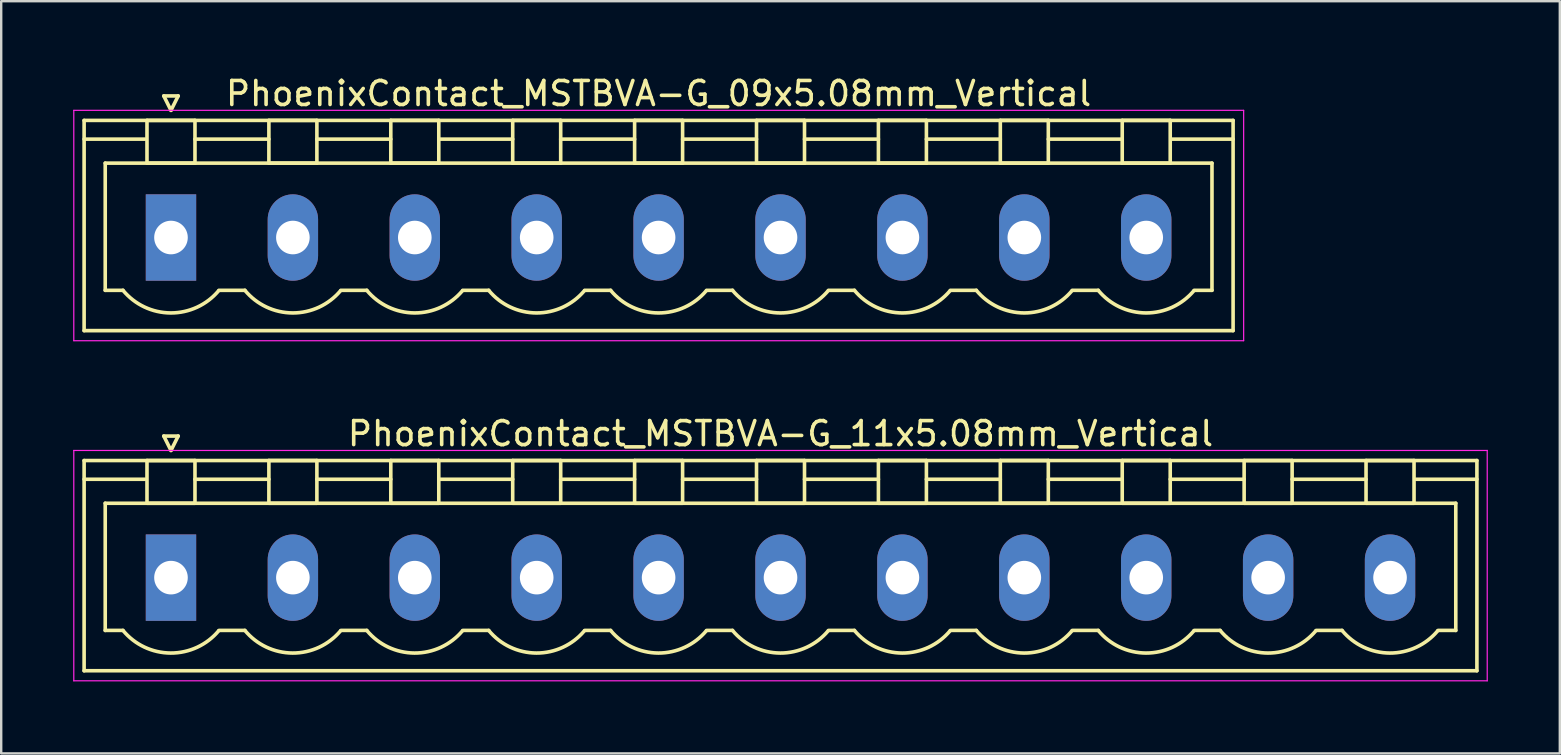
<source format=kicad_pcb>
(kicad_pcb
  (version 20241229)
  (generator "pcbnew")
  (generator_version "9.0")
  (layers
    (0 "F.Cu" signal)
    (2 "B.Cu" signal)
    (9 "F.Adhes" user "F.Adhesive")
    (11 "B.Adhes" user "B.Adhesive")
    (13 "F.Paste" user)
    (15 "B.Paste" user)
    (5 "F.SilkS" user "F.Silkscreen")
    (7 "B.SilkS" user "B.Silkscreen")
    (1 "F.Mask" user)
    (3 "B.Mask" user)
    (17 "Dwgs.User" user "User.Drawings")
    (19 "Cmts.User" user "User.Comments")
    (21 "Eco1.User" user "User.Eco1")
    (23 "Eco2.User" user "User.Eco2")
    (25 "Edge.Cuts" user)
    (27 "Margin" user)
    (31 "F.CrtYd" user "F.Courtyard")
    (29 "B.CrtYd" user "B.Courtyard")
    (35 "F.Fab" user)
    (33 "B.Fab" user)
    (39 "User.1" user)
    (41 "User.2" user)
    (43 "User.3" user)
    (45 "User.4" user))
  (footprint "PhoenixContact_MSTBVA-G_11x5.08mm_Vertical"
    (layer "F.Cu")
    (at 4.075 21.021)
    (property "Reference" "PhoenixContact_MSTBVA-G_11x5.08mm_Vertical" (at 25.4 -6 0) (layer "F.SilkS") (effects (font (size 1 1) (thickness 0.15))))
    (attr through_hole)
    (fp_line (start -3.62 -4.88) (end -3.62 3.88) (stroke (width 0.15) (type solid)) (layer "F.SilkS"))
    (fp_line (start -3.62 -4.1) (end -1.08 -4.1) (stroke (width 0.15) (type solid)) (layer "F.SilkS"))
    (fp_line (start -3.62 3.88) (end 54.42 3.88) (stroke (width 0.15) (type solid)) (layer "F.SilkS"))
    (fp_line (start -2.74 -3.1) (end 53.54 -3.1) (stroke (width 0.15) (type solid)) (layer "F.SilkS"))
    (fp_line (start -2.74 2.2) (end -2.74 -3.1) (stroke (width 0.15) (type solid)) (layer "F.SilkS"))
    (fp_line (start -2 2.2) (end -2.74 2.2) (stroke (width 0.15) (type solid)) (layer "F.SilkS"))
    (fp_line (start -1 -4.88) (end 1 -4.88) (stroke (width 0.15) (type solid)) (layer "F.SilkS"))
    (fp_line (start -1 -3.1) (end -1 -4.88) (stroke (width 0.15) (type solid)) (layer "F.SilkS"))
    (fp_line (start -0.3 -5.9) (end 0 -5.3) (stroke (width 0.15) (type solid)) (layer "F.SilkS"))
    (fp_line (start 0 -5.3) (end 0.3 -5.9) (stroke (width 0.15) (type solid)) (layer "F.SilkS"))
    (fp_line (start 0.3 -5.9) (end -0.3 -5.9) (stroke (width 0.15) (type solid)) (layer "F.SilkS"))
    (fp_line (start 1 -4.88) (end 1 -3.1) (stroke (width 0.15) (type solid)) (layer "F.SilkS"))
    (fp_line (start 1 -4.1) (end 4.08 -4.1) (stroke (width 0.15) (type solid)) (layer "F.SilkS"))
    (fp_line (start 1 -3.1) (end -1 -3.1) (stroke (width 0.15) (type solid)) (layer "F.SilkS"))
    (fp_line (start 2 2.2) (end 3.08 2.2) (stroke (width 0.15) (type solid)) (layer "F.SilkS"))
    (fp_line (start 4.08 -4.88) (end 6.08 -4.88) (stroke (width 0.15) (type solid)) (layer "F.SilkS"))
    (fp_line (start 4.08 -3.1) (end 4.08 -4.88) (stroke (width 0.15) (type solid)) (layer "F.SilkS"))
    (fp_line (start 6.08 -4.88) (end 6.08 -3.1) (stroke (width 0.15) (type solid)) (layer "F.SilkS"))
    (fp_line (start 6.08 -4.1) (end 9.16 -4.1) (stroke (width 0.15) (type solid)) (layer "F.SilkS"))
    (fp_line (start 6.08 -3.1) (end 4.08 -3.1) (stroke (width 0.15) (type solid)) (layer "F.SilkS"))
    (fp_line (start 7.08 2.2) (end 8.16 2.2) (stroke (width 0.15) (type solid)) (layer "F.SilkS"))
    (fp_line (start 9.16 -4.88) (end 11.16 -4.88) (stroke (width 0.15) (type solid)) (layer "F.SilkS"))
    (fp_line (start 9.16 -3.1) (end 9.16 -4.88) (stroke (width 0.15) (type solid)) (layer "F.SilkS"))
    (fp_line (start 11.16 -4.88) (end 11.16 -3.1) (stroke (width 0.15) (type solid)) (layer "F.SilkS"))
    (fp_line (start 11.16 -4.1) (end 14.24 -4.1) (stroke (width 0.15) (type solid)) (layer "F.SilkS"))
    (fp_line (start 11.16 -3.1) (end 9.16 -3.1) (stroke (width 0.15) (type solid)) (layer "F.SilkS"))
    (fp_line (start 12.16 2.2) (end 13.24 2.2) (stroke (width 0.15) (type solid)) (layer "F.SilkS"))
    (fp_line (start 14.24 -4.88) (end 16.24 -4.88) (stroke (width 0.15) (type solid)) (layer "F.SilkS"))
    (fp_line (start 14.24 -3.1) (end 14.24 -4.88) (stroke (width 0.15) (type solid)) (layer "F.SilkS"))
    (fp_line (start 16.24 -4.88) (end 16.24 -3.1) (stroke (width 0.15) (type solid)) (layer "F.SilkS"))
    (fp_line (start 16.24 -4.1) (end 19.32 -4.1) (stroke (width 0.15) (type solid)) (layer "F.SilkS"))
    (fp_line (start 16.24 -3.1) (end 14.24 -3.1) (stroke (width 0.15) (type solid)) (layer "F.SilkS"))
    (fp_line (start 17.24 2.2) (end 18.32 2.2) (stroke (width 0.15) (type solid)) (layer "F.SilkS"))
    (fp_line (start 19.32 -4.88) (end 21.32 -4.88) (stroke (width 0.15) (type solid)) (layer "F.SilkS"))
    (fp_line (start 19.32 -3.1) (end 19.32 -4.88) (stroke (width 0.15) (type solid)) (layer "F.SilkS"))
    (fp_line (start 21.32 -4.88) (end 21.32 -3.1) (stroke (width 0.15) (type solid)) (layer "F.SilkS"))
    (fp_line (start 21.32 -4.1) (end 24.4 -4.1) (stroke (width 0.15) (type solid)) (layer "F.SilkS"))
    (fp_line (start 21.32 -3.1) (end 19.32 -3.1) (stroke (width 0.15) (type solid)) (layer "F.SilkS"))
    (fp_line (start 22.32 2.2) (end 23.4 2.2) (stroke (width 0.15) (type solid)) (layer "F.SilkS"))
    (fp_line (start 24.4 -4.88) (end 26.4 -4.88) (stroke (width 0.15) (type solid)) (layer "F.SilkS"))
    (fp_line (start 24.4 -3.1) (end 24.4 -4.88) (stroke (width 0.15) (type solid)) (layer "F.SilkS"))
    (fp_line (start 26.4 -4.88) (end 26.4 -3.1) (stroke (width 0.15) (type solid)) (layer "F.SilkS"))
    (fp_line (start 26.4 -4.1) (end 29.48 -4.1) (stroke (width 0.15) (type solid)) (layer "F.SilkS"))
    (fp_line (start 26.4 -3.1) (end 24.4 -3.1) (stroke (width 0.15) (type solid)) (layer "F.SilkS"))
    (fp_line (start 27.4 2.2) (end 28.48 2.2) (stroke (width 0.15) (type solid)) (layer "F.SilkS"))
    (fp_line (start 29.48 -4.88) (end 31.48 -4.88) (stroke (width 0.15) (type solid)) (layer "F.SilkS"))
    (fp_line (start 29.48 -3.1) (end 29.48 -4.88) (stroke (width 0.15) (type solid)) (layer "F.SilkS"))
    (fp_line (start 31.48 -4.88) (end 31.48 -3.1) (stroke (width 0.15) (type solid)) (layer "F.SilkS"))
    (fp_line (start 31.48 -4.1) (end 34.56 -4.1) (stroke (width 0.15) (type solid)) (layer "F.SilkS"))
    (fp_line (start 31.48 -3.1) (end 29.48 -3.1) (stroke (width 0.15) (type solid)) (layer "F.SilkS"))
    (fp_line (start 32.48 2.2) (end 33.56 2.2) (stroke (width 0.15) (type solid)) (layer "F.SilkS"))
    (fp_line (start 34.56 -4.88) (end 36.56 -4.88) (stroke (width 0.15) (type solid)) (layer "F.SilkS"))
    (fp_line (start 34.56 -3.1) (end 34.56 -4.88) (stroke (width 0.15) (type solid)) (layer "F.SilkS"))
    (fp_line (start 36.56 -4.88) (end 36.56 -3.1) (stroke (width 0.15) (type solid)) (layer "F.SilkS"))
    (fp_line (start 36.56 -4.1) (end 39.64 -4.1) (stroke (width 0.15) (type solid)) (layer "F.SilkS"))
    (fp_line (start 36.56 -3.1) (end 34.56 -3.1) (stroke (width 0.15) (type solid)) (layer "F.SilkS"))
    (fp_line (start 37.56 2.2) (end 38.64 2.2) (stroke (width 0.15) (type solid)) (layer "F.SilkS"))
    (fp_line (start 39.64 -4.88) (end 41.64 -4.88) (stroke (width 0.15) (type solid)) (layer "F.SilkS"))
    (fp_line (start 39.64 -3.1) (end 39.64 -4.88) (stroke (width 0.15) (type solid)) (layer "F.SilkS"))
    (fp_line (start 41.64 -4.88) (end 41.64 -3.1) (stroke (width 0.15) (type solid)) (layer "F.SilkS"))
    (fp_line (start 41.64 -4.1) (end 44.72 -4.1) (stroke (width 0.15) (type solid)) (layer "F.SilkS"))
    (fp_line (start 41.64 -3.1) (end 39.64 -3.1) (stroke (width 0.15) (type solid)) (layer "F.SilkS"))
    (fp_line (start 42.64 2.2) (end 43.72 2.2) (stroke (width 0.15) (type solid)) (layer "F.SilkS"))
    (fp_line (start 44.72 -4.88) (end 46.72 -4.88) (stroke (width 0.15) (type solid)) (layer "F.SilkS"))
    (fp_line (start 44.72 -3.1) (end 44.72 -4.88) (stroke (width 0.15) (type solid)) (layer "F.SilkS"))
    (fp_line (start 46.72 -4.88) (end 46.72 -3.1) (stroke (width 0.15) (type solid)) (layer "F.SilkS"))
    (fp_line (start 46.72 -4.1) (end 49.8 -4.1) (stroke (width 0.15) (type solid)) (layer "F.SilkS"))
    (fp_line (start 46.72 -3.1) (end 44.72 -3.1) (stroke (width 0.15) (type solid)) (layer "F.SilkS"))
    (fp_line (start 47.72 2.2) (end 48.8 2.2) (stroke (width 0.15) (type solid)) (layer "F.SilkS"))
    (fp_line (start 49.8 -4.88) (end 51.8 -4.88) (stroke (width 0.15) (type solid)) (layer "F.SilkS"))
    (fp_line (start 49.8 -3.1) (end 49.8 -4.88) (stroke (width 0.15) (type solid)) (layer "F.SilkS"))
    (fp_line (start 51.8 -4.88) (end 51.8 -3.1) (stroke (width 0.15) (type solid)) (layer "F.SilkS"))
    (fp_line (start 51.8 -3.1) (end 49.8 -3.1) (stroke (width 0.15) (type solid)) (layer "F.SilkS"))
    (fp_line (start 53.54 -3.1) (end 53.54 2.2) (stroke (width 0.15) (type solid)) (layer "F.SilkS"))
    (fp_line (start 53.54 2.2) (end 52.8 2.2) (stroke (width 0.15) (type solid)) (layer "F.SilkS"))
    (fp_line (start 54.42 -4.88) (end -3.62 -4.88) (stroke (width 0.15) (type solid)) (layer "F.SilkS"))
    (fp_line (start 54.42 -4.1) (end 51.88 -4.1) (stroke (width 0.15) (type solid)) (layer "F.SilkS"))
    (fp_line (start 54.42 3.88) (end 54.42 -4.88) (stroke (width 0.15) (type solid)) (layer "F.SilkS"))
    (fp_arc (start 1.986842 2.215821) (mid -0.010289 3.142758) (end -2 2.2) (stroke (width 0.15) (type solid)) (layer "F.SilkS"))
    (fp_arc (start 7.066842 2.215821) (mid 5.069711 3.142758) (end 3.08 2.2) (stroke (width 0.15) (type solid)) (layer "F.SilkS"))
    (fp_arc (start 12.146842 2.215821) (mid 10.149711 3.142758) (end 8.16 2.2) (stroke (width 0.15) (type solid)) (layer "F.SilkS"))
    (fp_arc (start 17.226842 2.215821) (mid 15.229711 3.142758) (end 13.24 2.2) (stroke (width 0.15) (type solid)) (layer "F.SilkS"))
    (fp_arc (start 22.306842 2.215821) (mid 20.309711 3.142758) (end 18.32 2.2) (stroke (width 0.15) (type solid)) (layer "F.SilkS"))
    (fp_arc (start 27.386842 2.215821) (mid 25.389711 3.142758) (end 23.4 2.2) (stroke (width 0.15) (type solid)) (layer "F.SilkS"))
    (fp_arc (start 32.466842 2.215821) (mid 30.469711 3.142758) (end 28.48 2.2) (stroke (width 0.15) (type solid)) (layer "F.SilkS"))
    (fp_arc (start 37.546842 2.215821) (mid 35.549711 3.142758) (end 33.56 2.2) (stroke (width 0.15) (type solid)) (layer "F.SilkS"))
    (fp_arc (start 42.626842 2.215821) (mid 40.629711 3.142758) (end 38.64 2.2) (stroke (width 0.15) (type solid)) (layer "F.SilkS"))
    (fp_arc (start 47.706842 2.215821) (mid 45.709711 3.142758) (end 43.72 2.2) (stroke (width 0.15) (type solid)) (layer "F.SilkS"))
    (fp_arc (start 52.786842 2.215821) (mid 50.789711 3.142758) (end 48.8 2.2) (stroke (width 0.15) (type solid)) (layer "F.SilkS"))
    (fp_line (start -4.05 -5.3) (end -4.05 4.3) (stroke (width 0.05) (type solid)) (layer "F.CrtYd"))
    (fp_line (start -4.05 4.3) (end 54.85 4.3) (stroke (width 0.05) (type solid)) (layer "F.CrtYd"))
    (fp_line (start 54.85 -5.3) (end -4.05 -5.3) (stroke (width 0.05) (type solid)) (layer "F.CrtYd"))
    (fp_line (start 54.85 4.3) (end 54.85 -5.3) (stroke (width 0.05) (type solid)) (layer "F.CrtYd"))
    (pad "1" thru_hole rect (at 0 0) (size 2.1 3.6) (drill 1.4) (layers "*.Cu" "*.Mask"))
    (pad "2" thru_hole oval (at 5.08 0) (size 2.1 3.6) (drill 1.4) (layers "*.Cu" "*.Mask"))
    (pad "3" thru_hole oval (at 10.16 0) (size 2.1 3.6) (drill 1.4) (layers "*.Cu" "*.Mask"))
    (pad "4" thru_hole oval (at 15.24 0) (size 2.1 3.6) (drill 1.4) (layers "*.Cu" "*.Mask"))
    (pad "5" thru_hole oval (at 20.32 0) (size 2.1 3.6) (drill 1.4) (layers "*.Cu" "*.Mask"))
    (pad "6" thru_hole oval (at 25.4 0) (size 2.1 3.6) (drill 1.4) (layers "*.Cu" "*.Mask"))
    (pad "7" thru_hole oval (at 30.48 0) (size 2.1 3.6) (drill 1.4) (layers "*.Cu" "*.Mask"))
    (pad "8" thru_hole oval (at 35.56 0) (size 2.1 3.6) (drill 1.4) (layers "*.Cu" "*.Mask"))
    (pad "9" thru_hole oval (at 40.64 0) (size 2.1 3.6) (drill 1.4) (layers "*.Cu" "*.Mask"))
    (pad "10" thru_hole oval (at 45.72 0) (size 2.1 3.6) (drill 1.4) (layers "*.Cu" "*.Mask"))
    (pad "11" thru_hole oval (at 50.8 0) (size 2.1 3.6) (drill 1.4) (layers "*.Cu" "*.Mask")))
  (footprint "PhoenixContact_MSTBVA-G_09x5.08mm_Vertical"
    (layer "F.Cu")
    (at 4.075 6.848)
    (property "Reference" "PhoenixContact_MSTBVA-G_09x5.08mm_Vertical" (at 20.32 -6 0) (layer "F.SilkS") (effects (font (size 1 1) (thickness 0.15))))
    (attr through_hole)
    (fp_line (start -3.62 -4.88) (end -3.62 3.88) (stroke (width 0.15) (type solid)) (layer "F.SilkS"))
    (fp_line (start -3.62 -4.1) (end -1.08 -4.1) (stroke (width 0.15) (type solid)) (layer "F.SilkS"))
    (fp_line (start -3.62 3.88) (end 44.26 3.88) (stroke (width 0.15) (type solid)) (layer "F.SilkS"))
    (fp_line (start -2.74 -3.1) (end 43.38 -3.1) (stroke (width 0.15) (type solid)) (layer "F.SilkS"))
    (fp_line (start -2.74 2.2) (end -2.74 -3.1) (stroke (width 0.15) (type solid)) (layer "F.SilkS"))
    (fp_line (start -2 2.2) (end -2.74 2.2) (stroke (width 0.15) (type solid)) (layer "F.SilkS"))
    (fp_line (start -1 -4.88) (end 1 -4.88) (stroke (width 0.15) (type solid)) (layer "F.SilkS"))
    (fp_line (start -1 -3.1) (end -1 -4.88) (stroke (width 0.15) (type solid)) (layer "F.SilkS"))
    (fp_line (start -0.3 -5.9) (end 0 -5.3) (stroke (width 0.15) (type solid)) (layer "F.SilkS"))
    (fp_line (start 0 -5.3) (end 0.3 -5.9) (stroke (width 0.15) (type solid)) (layer "F.SilkS"))
    (fp_line (start 0.3 -5.9) (end -0.3 -5.9) (stroke (width 0.15) (type solid)) (layer "F.SilkS"))
    (fp_line (start 1 -4.88) (end 1 -3.1) (stroke (width 0.15) (type solid)) (layer "F.SilkS"))
    (fp_line (start 1 -4.1) (end 4.08 -4.1) (stroke (width 0.15) (type solid)) (layer "F.SilkS"))
    (fp_line (start 1 -3.1) (end -1 -3.1) (stroke (width 0.15) (type solid)) (layer "F.SilkS"))
    (fp_line (start 2 2.2) (end 3.08 2.2) (stroke (width 0.15) (type solid)) (layer "F.SilkS"))
    (fp_line (start 4.08 -4.88) (end 6.08 -4.88) (stroke (width 0.15) (type solid)) (layer "F.SilkS"))
    (fp_line (start 4.08 -3.1) (end 4.08 -4.88) (stroke (width 0.15) (type solid)) (layer "F.SilkS"))
    (fp_line (start 6.08 -4.88) (end 6.08 -3.1) (stroke (width 0.15) (type solid)) (layer "F.SilkS"))
    (fp_line (start 6.08 -4.1) (end 9.16 -4.1) (stroke (width 0.15) (type solid)) (layer "F.SilkS"))
    (fp_line (start 6.08 -3.1) (end 4.08 -3.1) (stroke (width 0.15) (type solid)) (layer "F.SilkS"))
    (fp_line (start 7.08 2.2) (end 8.16 2.2) (stroke (width 0.15) (type solid)) (layer "F.SilkS"))
    (fp_line (start 9.16 -4.88) (end 11.16 -4.88) (stroke (width 0.15) (type solid)) (layer "F.SilkS"))
    (fp_line (start 9.16 -3.1) (end 9.16 -4.88) (stroke (width 0.15) (type solid)) (layer "F.SilkS"))
    (fp_line (start 11.16 -4.88) (end 11.16 -3.1) (stroke (width 0.15) (type solid)) (layer "F.SilkS"))
    (fp_line (start 11.16 -4.1) (end 14.24 -4.1) (stroke (width 0.15) (type solid)) (layer "F.SilkS"))
    (fp_line (start 11.16 -3.1) (end 9.16 -3.1) (stroke (width 0.15) (type solid)) (layer "F.SilkS"))
    (fp_line (start 12.16 2.2) (end 13.24 2.2) (stroke (width 0.15) (type solid)) (layer "F.SilkS"))
    (fp_line (start 14.24 -4.88) (end 16.24 -4.88) (stroke (width 0.15) (type solid)) (layer "F.SilkS"))
    (fp_line (start 14.24 -3.1) (end 14.24 -4.88) (stroke (width 0.15) (type solid)) (layer "F.SilkS"))
    (fp_line (start 16.24 -4.88) (end 16.24 -3.1) (stroke (width 0.15) (type solid)) (layer "F.SilkS"))
    (fp_line (start 16.24 -4.1) (end 19.32 -4.1) (stroke (width 0.15) (type solid)) (layer "F.SilkS"))
    (fp_line (start 16.24 -3.1) (end 14.24 -3.1) (stroke (width 0.15) (type solid)) (layer "F.SilkS"))
    (fp_line (start 17.24 2.2) (end 18.32 2.2) (stroke (width 0.15) (type solid)) (layer "F.SilkS"))
    (fp_line (start 19.32 -4.88) (end 21.32 -4.88) (stroke (width 0.15) (type solid)) (layer "F.SilkS"))
    (fp_line (start 19.32 -3.1) (end 19.32 -4.88) (stroke (width 0.15) (type solid)) (layer "F.SilkS"))
    (fp_line (start 21.32 -4.88) (end 21.32 -3.1) (stroke (width 0.15) (type solid)) (layer "F.SilkS"))
    (fp_line (start 21.32 -4.1) (end 24.4 -4.1) (stroke (width 0.15) (type solid)) (layer "F.SilkS"))
    (fp_line (start 21.32 -3.1) (end 19.32 -3.1) (stroke (width 0.15) (type solid)) (layer "F.SilkS"))
    (fp_line (start 22.32 2.2) (end 23.4 2.2) (stroke (width 0.15) (type solid)) (layer "F.SilkS"))
    (fp_line (start 24.4 -4.88) (end 26.4 -4.88) (stroke (width 0.15) (type solid)) (layer "F.SilkS"))
    (fp_line (start 24.4 -3.1) (end 24.4 -4.88) (stroke (width 0.15) (type solid)) (layer "F.SilkS"))
    (fp_line (start 26.4 -4.88) (end 26.4 -3.1) (stroke (width 0.15) (type solid)) (layer "F.SilkS"))
    (fp_line (start 26.4 -4.1) (end 29.48 -4.1) (stroke (width 0.15) (type solid)) (layer "F.SilkS"))
    (fp_line (start 26.4 -3.1) (end 24.4 -3.1) (stroke (width 0.15) (type solid)) (layer "F.SilkS"))
    (fp_line (start 27.4 2.2) (end 28.48 2.2) (stroke (width 0.15) (type solid)) (layer "F.SilkS"))
    (fp_line (start 29.48 -4.88) (end 31.48 -4.88) (stroke (width 0.15) (type solid)) (layer "F.SilkS"))
    (fp_line (start 29.48 -3.1) (end 29.48 -4.88) (stroke (width 0.15) (type solid)) (layer "F.SilkS"))
    (fp_line (start 31.48 -4.88) (end 31.48 -3.1) (stroke (width 0.15) (type solid)) (layer "F.SilkS"))
    (fp_line (start 31.48 -4.1) (end 34.56 -4.1) (stroke (width 0.15) (type solid)) (layer "F.SilkS"))
    (fp_line (start 31.48 -3.1) (end 29.48 -3.1) (stroke (width 0.15) (type solid)) (layer "F.SilkS"))
    (fp_line (start 32.48 2.2) (end 33.56 2.2) (stroke (width 0.15) (type solid)) (layer "F.SilkS"))
    (fp_line (start 34.56 -4.88) (end 36.56 -4.88) (stroke (width 0.15) (type solid)) (layer "F.SilkS"))
    (fp_line (start 34.56 -3.1) (end 34.56 -4.88) (stroke (width 0.15) (type solid)) (layer "F.SilkS"))
    (fp_line (start 36.56 -4.88) (end 36.56 -3.1) (stroke (width 0.15) (type solid)) (layer "F.SilkS"))
    (fp_line (start 36.56 -4.1) (end 39.64 -4.1) (stroke (width 0.15) (type solid)) (layer "F.SilkS"))
    (fp_line (start 36.56 -3.1) (end 34.56 -3.1) (stroke (width 0.15) (type solid)) (layer "F.SilkS"))
    (fp_line (start 37.56 2.2) (end 38.64 2.2) (stroke (width 0.15) (type solid)) (layer "F.SilkS"))
    (fp_line (start 39.64 -4.88) (end 41.64 -4.88) (stroke (width 0.15) (type solid)) (layer "F.SilkS"))
    (fp_line (start 39.64 -3.1) (end 39.64 -4.88) (stroke (width 0.15) (type solid)) (layer "F.SilkS"))
    (fp_line (start 41.64 -4.88) (end 41.64 -3.1) (stroke (width 0.15) (type solid)) (layer "F.SilkS"))
    (fp_line (start 41.64 -3.1) (end 39.64 -3.1) (stroke (width 0.15) (type solid)) (layer "F.SilkS"))
    (fp_line (start 43.38 -3.1) (end 43.38 2.2) (stroke (width 0.15) (type solid)) (layer "F.SilkS"))
    (fp_line (start 43.38 2.2) (end 42.64 2.2) (stroke (width 0.15) (type solid)) (layer "F.SilkS"))
    (fp_line (start 44.26 -4.88) (end -3.62 -4.88) (stroke (width 0.15) (type solid)) (layer "F.SilkS"))
    (fp_line (start 44.26 -4.1) (end 41.72 -4.1) (stroke (width 0.15) (type solid)) (layer "F.SilkS"))
    (fp_line (start 44.26 3.88) (end 44.26 -4.88) (stroke (width 0.15) (type solid)) (layer "F.SilkS"))
    (fp_arc (start 1.986842 2.215821) (mid -0.010289 3.142758) (end -2 2.2) (stroke (width 0.15) (type solid)) (layer "F.SilkS"))
    (fp_arc (start 7.066842 2.215821) (mid 5.069711 3.142758) (end 3.08 2.2) (stroke (width 0.15) (type solid)) (layer "F.SilkS"))
    (fp_arc (start 12.146842 2.215821) (mid 10.149711 3.142758) (end 8.16 2.2) (stroke (width 0.15) (type solid)) (layer "F.SilkS"))
    (fp_arc (start 17.226842 2.215821) (mid 15.229711 3.142758) (end 13.24 2.2) (stroke (width 0.15) (type solid)) (layer "F.SilkS"))
    (fp_arc (start 22.306842 2.215821) (mid 20.309711 3.142758) (end 18.32 2.2) (stroke (width 0.15) (type solid)) (layer "F.SilkS"))
    (fp_arc (start 27.386842 2.215821) (mid 25.389711 3.142758) (end 23.4 2.2) (stroke (width 0.15) (type solid)) (layer "F.SilkS"))
    (fp_arc (start 32.466842 2.215821) (mid 30.469711 3.142758) (end 28.48 2.2) (stroke (width 0.15) (type solid)) (layer "F.SilkS"))
    (fp_arc (start 37.546842 2.215821) (mid 35.549711 3.142758) (end 33.56 2.2) (stroke (width 0.15) (type solid)) (layer "F.SilkS"))
    (fp_arc (start 42.626842 2.215821) (mid 40.629711 3.142758) (end 38.64 2.2) (stroke (width 0.15) (type solid)) (layer "F.SilkS"))
    (fp_line (start -4.05 -5.3) (end -4.05 4.3) (stroke (width 0.05) (type solid)) (layer "F.CrtYd"))
    (fp_line (start -4.05 4.3) (end 44.7 4.3) (stroke (width 0.05) (type solid)) (layer "F.CrtYd"))
    (fp_line (start 44.7 -5.3) (end -4.05 -5.3) (stroke (width 0.05) (type solid)) (layer "F.CrtYd"))
    (fp_line (start 44.7 4.3) (end 44.7 -5.3) (stroke (width 0.05) (type solid)) (layer "F.CrtYd"))
    (pad "1" thru_hole rect (at 0 0) (size 2.1 3.6) (drill 1.4) (layers "*.Cu" "*.Mask"))
    (pad "2" thru_hole oval (at 5.08 0) (size 2.1 3.6) (drill 1.4) (layers "*.Cu" "*.Mask"))
    (pad "3" thru_hole oval (at 10.16 0) (size 2.1 3.6) (drill 1.4) (layers "*.Cu" "*.Mask"))
    (pad "4" thru_hole oval (at 15.24 0) (size 2.1 3.6) (drill 1.4) (layers "*.Cu" "*.Mask"))
    (pad "5" thru_hole oval (at 20.32 0) (size 2.1 3.6) (drill 1.4) (layers "*.Cu" "*.Mask"))
    (pad "6" thru_hole oval (at 25.4 0) (size 2.1 3.6) (drill 1.4) (layers "*.Cu" "*.Mask"))
    (pad "7" thru_hole oval (at 30.48 0) (size 2.1 3.6) (drill 1.4) (layers "*.Cu" "*.Mask"))
    (pad "8" thru_hole oval (at 35.56 0) (size 2.1 3.6) (drill 1.4) (layers "*.Cu" "*.Mask"))
    (pad "9" thru_hole oval (at 40.64 0) (size 2.1 3.6) (drill 1.4) (layers "*.Cu" "*.Mask")))
  (gr_rect
    (start -3 -3)
    (end 61.95 28.346)
    (stroke (width 0.1) (type default))
    (fill no)
    (layer "Edge.Cuts")))
</source>
